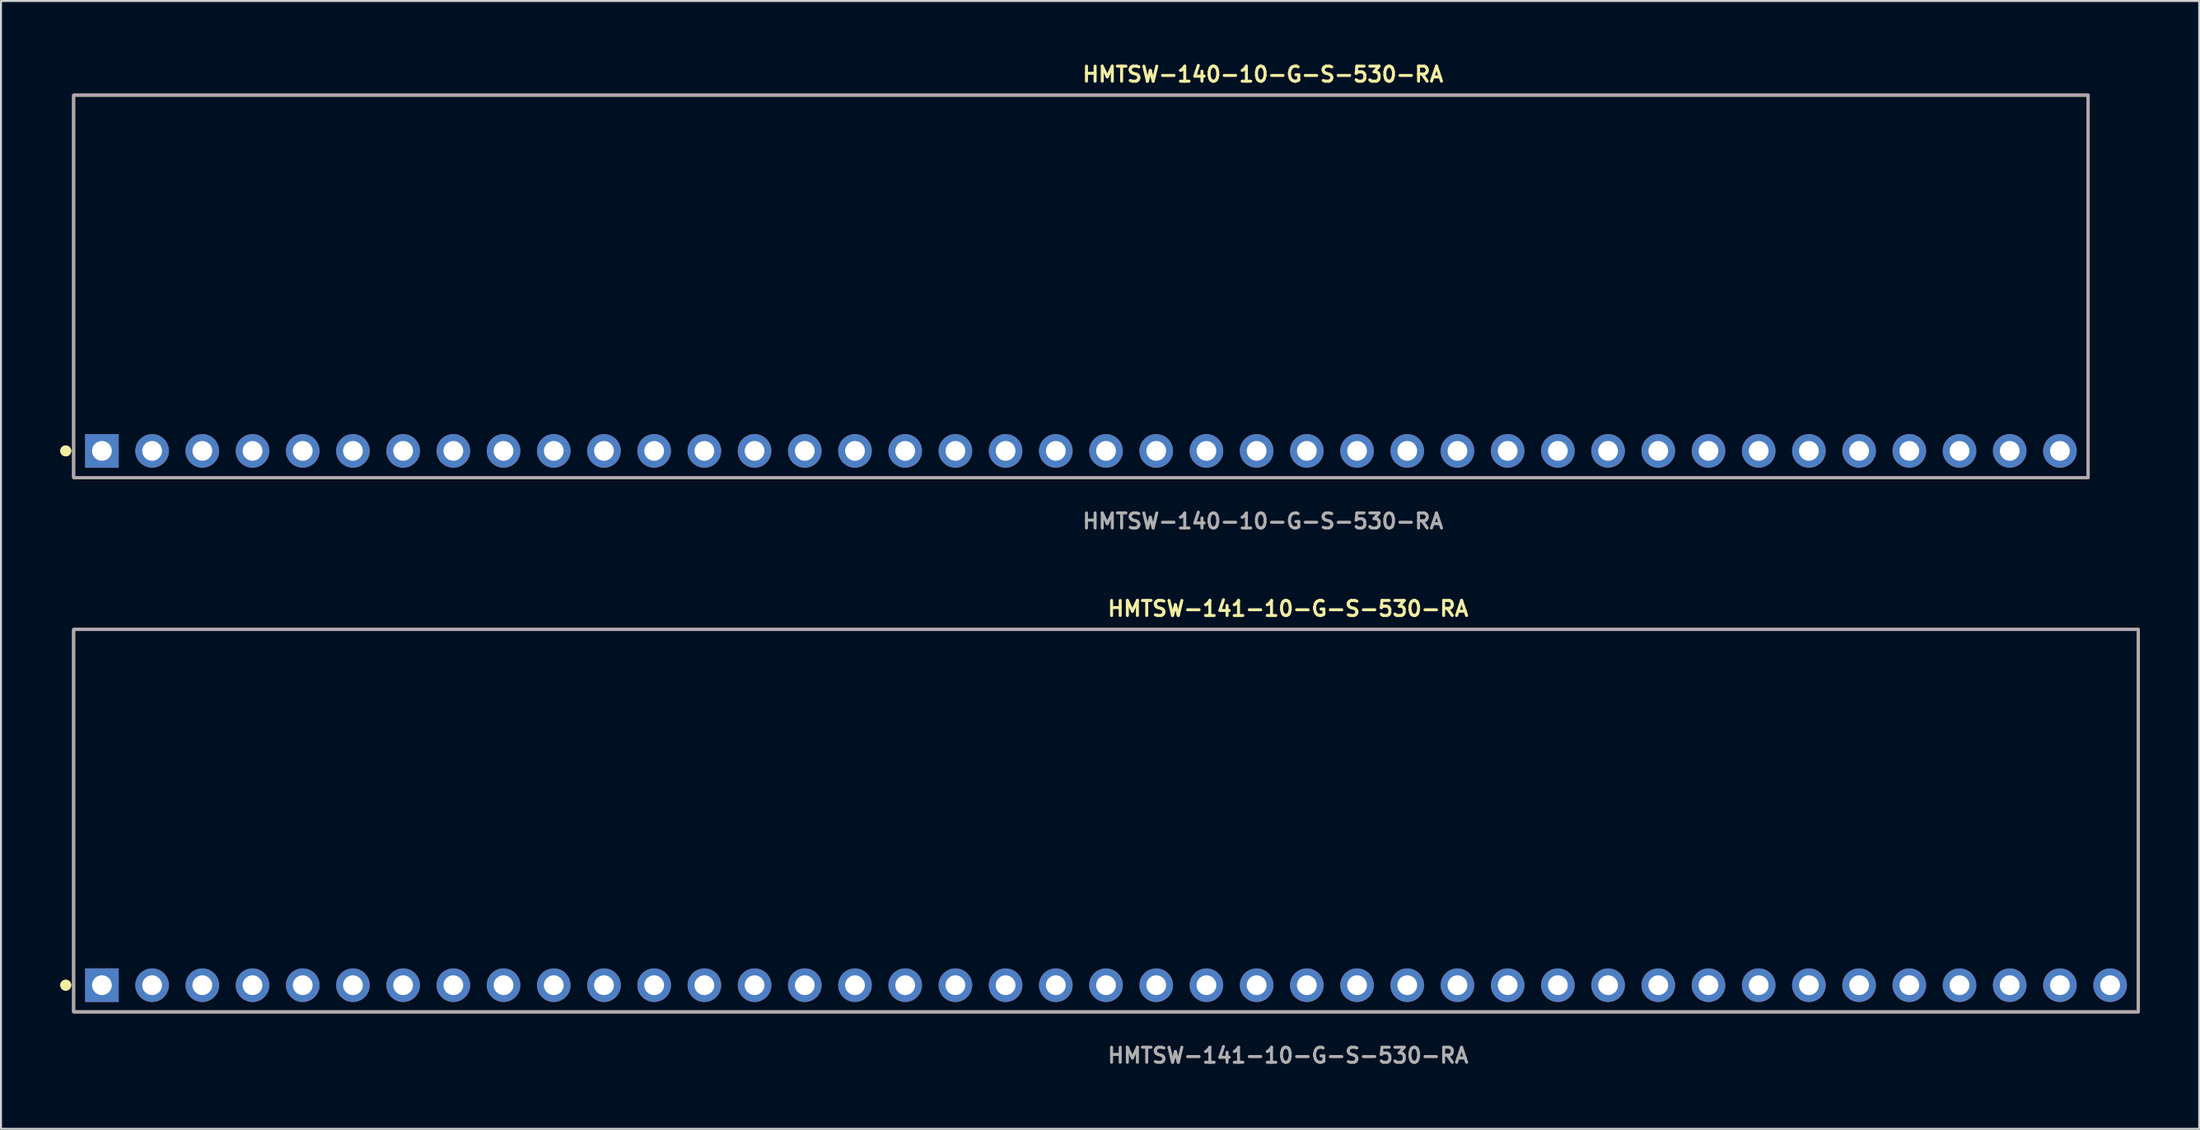
<source format=kicad_pcb>
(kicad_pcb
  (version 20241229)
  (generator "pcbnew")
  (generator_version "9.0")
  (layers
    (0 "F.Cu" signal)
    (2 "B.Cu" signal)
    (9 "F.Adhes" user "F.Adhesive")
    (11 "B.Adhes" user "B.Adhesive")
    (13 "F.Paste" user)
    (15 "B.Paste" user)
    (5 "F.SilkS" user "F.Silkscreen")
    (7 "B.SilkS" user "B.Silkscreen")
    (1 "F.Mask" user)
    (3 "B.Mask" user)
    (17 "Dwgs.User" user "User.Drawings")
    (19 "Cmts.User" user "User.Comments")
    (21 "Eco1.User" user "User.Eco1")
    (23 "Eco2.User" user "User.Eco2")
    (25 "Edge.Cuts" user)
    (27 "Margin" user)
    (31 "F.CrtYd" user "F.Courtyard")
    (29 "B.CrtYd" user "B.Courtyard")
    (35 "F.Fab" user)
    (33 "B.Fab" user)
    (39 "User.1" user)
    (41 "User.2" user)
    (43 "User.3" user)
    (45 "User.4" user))
  (footprint "HMTSW-141-10-G-S-530-RA"
    (layer "F.Cu")
    (at 52.906 46.796)
    (property "Reference" "HMTSW-141-10-G-S-530-RA" (at 0 -19.05 0) (unlocked yes) (layer "F.SilkS") (effects (font (size 0.762 0.762) (thickness 0.152)) (justify left)))
    (fp_rect (start -52.23 1.35) (end 52.23 -18) (stroke (width 0.152) (type solid)) (fill no) (layer "F.SilkS"))
    (fp_circle (center -52.63 0) (end -52.83 0) (stroke (width 0.152) (type solid)) (fill yes) (layer "F.SilkS"))
    (fp_circle (center -52.63 0) (end -52.83 0) (stroke (width 0.152) (type solid)) (fill yes) (layer "F.SilkS"))
    (fp_rect (start -52.23 1.35) (end 52.23 -18) (stroke (width 0.006) (type solid)) (fill no) (layer "F.CrtYd"))
    (fp_rect (start -52.23 1.35) (end 52.23 -18) (stroke (width 0.152) (type solid)) (fill no) (layer "F.Fab"))
    (fp_text user "${REFERENCE}" (at 0 3.556 0) (unlocked yes) (layer "F.Fab") (effects (font (size 0.762 0.762) (thickness 0.152)) (justify left)))
    (pad "1" thru_hole rect (at -50.8 0) (size 1.7 1.7) (drill 1) (layers "*.Cu" "*.Mask"))
    (pad "2" thru_hole circle (at -48.26 0) (size 1.7 1.7) (drill 1) (layers "*.Cu" "*.Mask"))
    (pad "3" thru_hole circle (at -45.72 0) (size 1.7 1.7) (drill 1) (layers "*.Cu" "*.Mask"))
    (pad "4" thru_hole circle (at -43.18 0) (size 1.7 1.7) (drill 1) (layers "*.Cu" "*.Mask"))
    (pad "5" thru_hole circle (at -40.64 0) (size 1.7 1.7) (drill 1) (layers "*.Cu" "*.Mask"))
    (pad "6" thru_hole circle (at -38.1 0) (size 1.7 1.7) (drill 1) (layers "*.Cu" "*.Mask"))
    (pad "7" thru_hole circle (at -35.56 0) (size 1.7 1.7) (drill 1) (layers "*.Cu" "*.Mask"))
    (pad "8" thru_hole circle (at -33.02 0) (size 1.7 1.7) (drill 1) (layers "*.Cu" "*.Mask"))
    (pad "9" thru_hole circle (at -30.48 0) (size 1.7 1.7) (drill 1) (layers "*.Cu" "*.Mask"))
    (pad "10" thru_hole circle (at -27.94 0) (size 1.7 1.7) (drill 1) (layers "*.Cu" "*.Mask"))
    (pad "11" thru_hole circle (at -25.4 0) (size 1.7 1.7) (drill 1) (layers "*.Cu" "*.Mask"))
    (pad "12" thru_hole circle (at -22.86 0) (size 1.7 1.7) (drill 1) (layers "*.Cu" "*.Mask"))
    (pad "13" thru_hole circle (at -20.32 0) (size 1.7 1.7) (drill 1) (layers "*.Cu" "*.Mask"))
    (pad "14" thru_hole circle (at -17.78 0) (size 1.7 1.7) (drill 1) (layers "*.Cu" "*.Mask"))
    (pad "15" thru_hole circle (at -15.24 0) (size 1.7 1.7) (drill 1) (layers "*.Cu" "*.Mask"))
    (pad "16" thru_hole circle (at -12.7 0) (size 1.7 1.7) (drill 1) (layers "*.Cu" "*.Mask"))
    (pad "17" thru_hole circle (at -10.16 0) (size 1.7 1.7) (drill 1) (layers "*.Cu" "*.Mask"))
    (pad "18" thru_hole circle (at -7.62 0) (size 1.7 1.7) (drill 1) (layers "*.Cu" "*.Mask"))
    (pad "19" thru_hole circle (at -5.08 0) (size 1.7 1.7) (drill 1) (layers "*.Cu" "*.Mask"))
    (pad "20" thru_hole circle (at -2.54 0) (size 1.7 1.7) (drill 1) (layers "*.Cu" "*.Mask"))
    (pad "21" thru_hole circle (at 0 0) (size 1.7 1.7) (drill 1) (layers "*.Cu" "*.Mask"))
    (pad "22" thru_hole circle (at 2.54 0) (size 1.7 1.7) (drill 1) (layers "*.Cu" "*.Mask"))
    (pad "23" thru_hole circle (at 5.08 0) (size 1.7 1.7) (drill 1) (layers "*.Cu" "*.Mask"))
    (pad "24" thru_hole circle (at 7.62 0) (size 1.7 1.7) (drill 1) (layers "*.Cu" "*.Mask"))
    (pad "25" thru_hole circle (at 10.16 0) (size 1.7 1.7) (drill 1) (layers "*.Cu" "*.Mask"))
    (pad "26" thru_hole circle (at 12.7 0) (size 1.7 1.7) (drill 1) (layers "*.Cu" "*.Mask"))
    (pad "27" thru_hole circle (at 15.24 0) (size 1.7 1.7) (drill 1) (layers "*.Cu" "*.Mask"))
    (pad "28" thru_hole circle (at 17.78 0) (size 1.7 1.7) (drill 1) (layers "*.Cu" "*.Mask"))
    (pad "29" thru_hole circle (at 20.32 0) (size 1.7 1.7) (drill 1) (layers "*.Cu" "*.Mask"))
    (pad "30" thru_hole circle (at 22.86 0) (size 1.7 1.7) (drill 1) (layers "*.Cu" "*.Mask"))
    (pad "31" thru_hole circle (at 25.4 0) (size 1.7 1.7) (drill 1) (layers "*.Cu" "*.Mask"))
    (pad "32" thru_hole circle (at 27.94 0) (size 1.7 1.7) (drill 1) (layers "*.Cu" "*.Mask"))
    (pad "33" thru_hole circle (at 30.48 0) (size 1.7 1.7) (drill 1) (layers "*.Cu" "*.Mask"))
    (pad "34" thru_hole circle (at 33.02 0) (size 1.7 1.7) (drill 1) (layers "*.Cu" "*.Mask"))
    (pad "35" thru_hole circle (at 35.56 0) (size 1.7 1.7) (drill 1) (layers "*.Cu" "*.Mask"))
    (pad "36" thru_hole circle (at 38.1 0) (size 1.7 1.7) (drill 1) (layers "*.Cu" "*.Mask"))
    (pad "37" thru_hole circle (at 40.64 0) (size 1.7 1.7) (drill 1) (layers "*.Cu" "*.Mask"))
    (pad "38" thru_hole circle (at 43.18 0) (size 1.7 1.7) (drill 1) (layers "*.Cu" "*.Mask"))
    (pad "39" thru_hole circle (at 45.72 0) (size 1.7 1.7) (drill 1) (layers "*.Cu" "*.Mask"))
    (pad "40" thru_hole circle (at 48.26 0) (size 1.7 1.7) (drill 1) (layers "*.Cu" "*.Mask"))
    (pad "41" thru_hole circle (at 50.8 0) (size 1.7 1.7) (drill 1) (layers "*.Cu" "*.Mask")))
  (footprint "HMTSW-140-10-G-S-530-RA"
    (layer "F.Cu")
    (at 51.636 19.763)
    (property "Reference" "HMTSW-140-10-G-S-530-RA" (at 0 -19.05 0) (unlocked yes) (layer "F.SilkS") (effects (font (size 0.762 0.762) (thickness 0.152)) (justify left)))
    (fp_rect (start -50.96 1.35) (end 50.96 -18) (stroke (width 0.152) (type solid)) (fill no) (layer "F.SilkS"))
    (fp_circle (center -51.36 0) (end -51.56 0) (stroke (width 0.152) (type solid)) (fill yes) (layer "F.SilkS"))
    (fp_circle (center -51.36 0) (end -51.56 0) (stroke (width 0.152) (type solid)) (fill yes) (layer "F.SilkS"))
    (fp_rect (start -50.96 1.35) (end 50.96 -18) (stroke (width 0.006) (type solid)) (fill no) (layer "F.CrtYd"))
    (fp_rect (start -50.96 1.35) (end 50.96 -18) (stroke (width 0.152) (type solid)) (fill no) (layer "F.Fab"))
    (fp_text user "${REFERENCE}" (at 0 3.556 0) (unlocked yes) (layer "F.Fab") (effects (font (size 0.762 0.762) (thickness 0.152)) (justify left)))
    (pad "1" thru_hole rect (at -49.53 0) (size 1.7 1.7) (drill 1) (layers "*.Cu" "*.Mask"))
    (pad "2" thru_hole circle (at -46.99 0) (size 1.7 1.7) (drill 1) (layers "*.Cu" "*.Mask"))
    (pad "3" thru_hole circle (at -44.45 0) (size 1.7 1.7) (drill 1) (layers "*.Cu" "*.Mask"))
    (pad "4" thru_hole circle (at -41.91 0) (size 1.7 1.7) (drill 1) (layers "*.Cu" "*.Mask"))
    (pad "5" thru_hole circle (at -39.37 0) (size 1.7 1.7) (drill 1) (layers "*.Cu" "*.Mask"))
    (pad "6" thru_hole circle (at -36.83 0) (size 1.7 1.7) (drill 1) (layers "*.Cu" "*.Mask"))
    (pad "7" thru_hole circle (at -34.29 0) (size 1.7 1.7) (drill 1) (layers "*.Cu" "*.Mask"))
    (pad "8" thru_hole circle (at -31.75 0) (size 1.7 1.7) (drill 1) (layers "*.Cu" "*.Mask"))
    (pad "9" thru_hole circle (at -29.21 0) (size 1.7 1.7) (drill 1) (layers "*.Cu" "*.Mask"))
    (pad "10" thru_hole circle (at -26.67 0) (size 1.7 1.7) (drill 1) (layers "*.Cu" "*.Mask"))
    (pad "11" thru_hole circle (at -24.13 0) (size 1.7 1.7) (drill 1) (layers "*.Cu" "*.Mask"))
    (pad "12" thru_hole circle (at -21.59 0) (size 1.7 1.7) (drill 1) (layers "*.Cu" "*.Mask"))
    (pad "13" thru_hole circle (at -19.05 0) (size 1.7 1.7) (drill 1) (layers "*.Cu" "*.Mask"))
    (pad "14" thru_hole circle (at -16.51 0) (size 1.7 1.7) (drill 1) (layers "*.Cu" "*.Mask"))
    (pad "15" thru_hole circle (at -13.97 0) (size 1.7 1.7) (drill 1) (layers "*.Cu" "*.Mask"))
    (pad "16" thru_hole circle (at -11.43 0) (size 1.7 1.7) (drill 1) (layers "*.Cu" "*.Mask"))
    (pad "17" thru_hole circle (at -8.89 0) (size 1.7 1.7) (drill 1) (layers "*.Cu" "*.Mask"))
    (pad "18" thru_hole circle (at -6.35 0) (size 1.7 1.7) (drill 1) (layers "*.Cu" "*.Mask"))
    (pad "19" thru_hole circle (at -3.81 0) (size 1.7 1.7) (drill 1) (layers "*.Cu" "*.Mask"))
    (pad "20" thru_hole circle (at -1.27 0) (size 1.7 1.7) (drill 1) (layers "*.Cu" "*.Mask"))
    (pad "21" thru_hole circle (at 1.27 0) (size 1.7 1.7) (drill 1) (layers "*.Cu" "*.Mask"))
    (pad "22" thru_hole circle (at 3.81 0) (size 1.7 1.7) (drill 1) (layers "*.Cu" "*.Mask"))
    (pad "23" thru_hole circle (at 6.35 0) (size 1.7 1.7) (drill 1) (layers "*.Cu" "*.Mask"))
    (pad "24" thru_hole circle (at 8.89 0) (size 1.7 1.7) (drill 1) (layers "*.Cu" "*.Mask"))
    (pad "25" thru_hole circle (at 11.43 0) (size 1.7 1.7) (drill 1) (layers "*.Cu" "*.Mask"))
    (pad "26" thru_hole circle (at 13.97 0) (size 1.7 1.7) (drill 1) (layers "*.Cu" "*.Mask"))
    (pad "27" thru_hole circle (at 16.51 0) (size 1.7 1.7) (drill 1) (layers "*.Cu" "*.Mask"))
    (pad "28" thru_hole circle (at 19.05 0) (size 1.7 1.7) (drill 1) (layers "*.Cu" "*.Mask"))
    (pad "29" thru_hole circle (at 21.59 0) (size 1.7 1.7) (drill 1) (layers "*.Cu" "*.Mask"))
    (pad "30" thru_hole circle (at 24.13 0) (size 1.7 1.7) (drill 1) (layers "*.Cu" "*.Mask"))
    (pad "31" thru_hole circle (at 26.67 0) (size 1.7 1.7) (drill 1) (layers "*.Cu" "*.Mask"))
    (pad "32" thru_hole circle (at 29.21 0) (size 1.7 1.7) (drill 1) (layers "*.Cu" "*.Mask"))
    (pad "33" thru_hole circle (at 31.75 0) (size 1.7 1.7) (drill 1) (layers "*.Cu" "*.Mask"))
    (pad "34" thru_hole circle (at 34.29 0) (size 1.7 1.7) (drill 1) (layers "*.Cu" "*.Mask"))
    (pad "35" thru_hole circle (at 36.83 0) (size 1.7 1.7) (drill 1) (layers "*.Cu" "*.Mask"))
    (pad "36" thru_hole circle (at 39.37 0) (size 1.7 1.7) (drill 1) (layers "*.Cu" "*.Mask"))
    (pad "37" thru_hole circle (at 41.91 0) (size 1.7 1.7) (drill 1) (layers "*.Cu" "*.Mask"))
    (pad "38" thru_hole circle (at 44.45 0) (size 1.7 1.7) (drill 1) (layers "*.Cu" "*.Mask"))
    (pad "39" thru_hole circle (at 46.99 0) (size 1.7 1.7) (drill 1) (layers "*.Cu" "*.Mask"))
    (pad "40" thru_hole circle (at 49.53 0) (size 1.7 1.7) (drill 1) (layers "*.Cu" "*.Mask")))
  (gr_rect
    (start -3 -3)
    (end 108.212 54.065)
    (stroke (width 0.1) (type default))
    (fill no)
    (layer "Edge.Cuts")))
</source>
